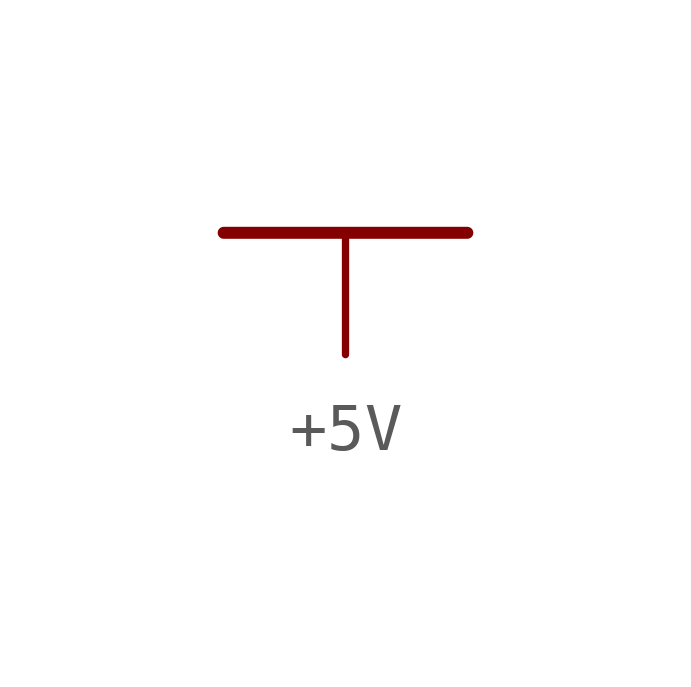
<source format=kicad_sym>
(kicad_symbol_lib
  (version 20231120)
  (generator "kicad_symbol_editor")
  (generator_version "8.0")
  (symbol "+5V"
    (power)
    (property "Reference" "#NetPort"
      (at 0 0 0)
      (effects (font (size 1.27 1.27)) (hide yes)))
    (property "ki_locked" ""
      (at 0 0 0)
      (effects (font (size 1.27 1.27))))
    (symbol "+5V_1_0"
      (polyline (pts (xy -2.54 0) (xy 2.54 0)) (stroke (width 0.25) (type solid)) (fill (type none)))
      (pin power_in line (at 0 -2.54 90) (length 2.54) (name "+5V" (effects (font (size 0 0)))) (number "1" (effects (font (size 0 0))))))))
</source>
